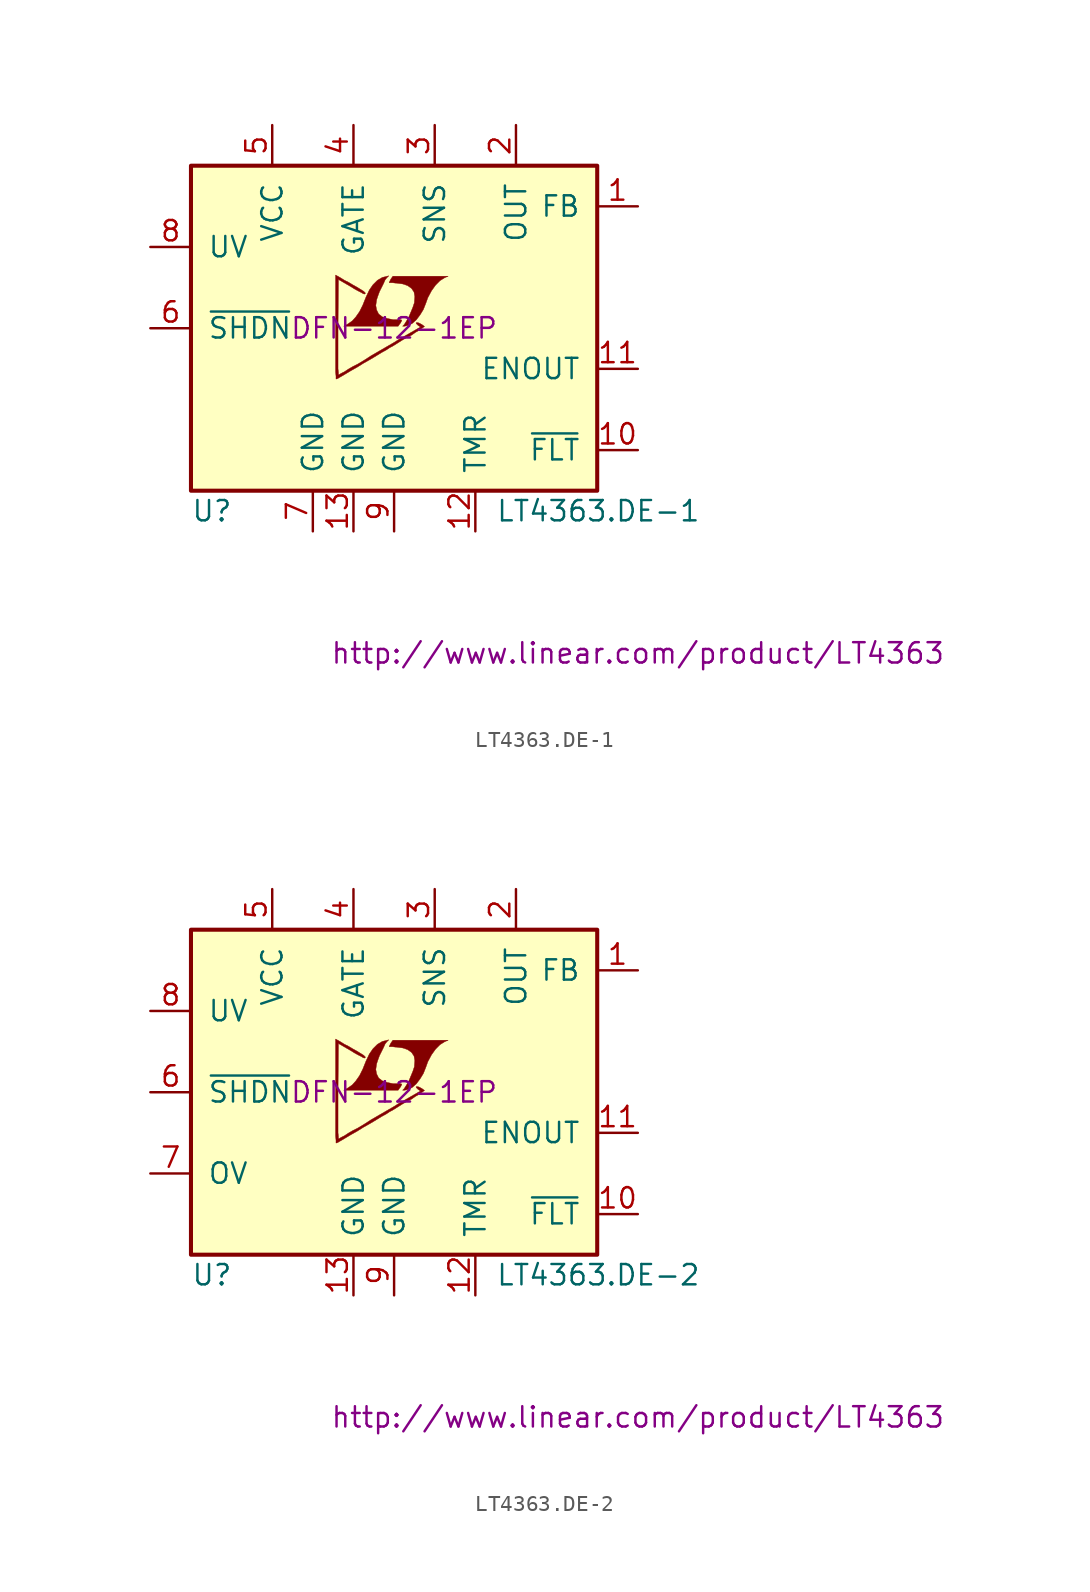
<source format=kicad_sym>
(kicad_symbol_lib
  (version 20201005)
  (generator kicad_symbol_editor)
  (symbol "LT4363.DE-1"
    (pin_names
      (offset 1.016))
    (property "Reference" "U"
      (at -12.7 -11.43 0)
      (effects (font (size 1.27 1.27)) (justify left)))
    (property "Value" "LT4363.DE-1"
      (at 6.35 -11.43 0)
      (effects (font (size 1.27 1.27)) (justify left)))
    (property "Footprint" "DFN-12-1EP"
      (at 0 0 0)
      (effects (font (size 1.27 1.27))))
    (property "Datasheet" "http://www.linear.com/product/LT4363"
      (at 15.24 -20.32 0)
      (effects (font (size 1.27 1.27))))
    (symbol "LT4363.DE-1_0_0"
      (polyline (pts (xy 0.381 0.305) (xy 0.406 0.33) (xy 0.457 0.432) (xy 0.483 0.508) (xy 0.406 0.533) (xy -0.051 0.533) (xy -0.432 0.61) (xy -0.737 0.711) (xy -0.965 0.889) (xy -1.092 1.143) (xy -1.143 1.422) (xy -1.092 1.778) (xy -1.016 2.007) (xy -0.914 2.286) (xy -0.66 2.794) (xy -0.559 3.023) (xy -0.457 3.15) (xy -0.33 3.277) (xy -0.737 3.175) (xy -1.041 2.997) (xy -1.321 2.718) (xy -1.549 2.388) (xy -1.727 2.007) (xy -1.753 1.956) (xy -1.956 1.448) (xy -2.159 1.041) (xy -2.388 0.711) (xy -2.616 0.457) (xy -2.87 0.279) (xy -3.15 0.127) (xy 0.254 0.127) (xy 0.381 0.305)) (stroke (width 0.025)) (fill (type outline)))
      (polyline (pts (xy 0.914 0.178) (xy 1.143 0.305) (xy 1.397 0.533) (xy 1.626 0.838) (xy 1.829 1.168) (xy 1.981 1.549) (xy 2.108 1.905) (xy 2.337 2.337) (xy 2.591 2.692) (xy 2.87 2.972) (xy 3.15 3.15) (xy 3.378 3.251) (xy -0.076 3.251) (xy -0.203 3.073) (xy -0.279 2.921) (xy -0.305 2.845) (xy -0.102 2.845) (xy 0.102 2.819) (xy 0.152 2.819) (xy 0.533 2.769) (xy 0.838 2.667) (xy 1.092 2.489) (xy 1.245 2.261) (xy 1.295 1.981) (xy 1.27 1.651) (xy 1.27 1.6) (xy 1.168 1.295) (xy 0.914 0.686) (xy 0.762 0.432) (xy 0.635 0.229) (xy 0.533 0.127) (xy 0.66 0.127) (xy 0.914 0.178)) (stroke (width 0.025)) (fill (type outline)))
      (polyline (pts (xy -3.531 -3.15) (xy -3.404 -3.073) (xy -3.226 -2.972) (xy -2.718 -2.667) (xy -2.311 -2.438) (xy -1.905 -2.184) (xy -1.499 -1.956) (xy -1.118 -1.727) (xy -0.787 -1.524) (xy -0.508 -1.372) (xy -0.279 -1.219) (xy -0.127 -1.143) (xy 0 -1.067) (xy 0.203 -0.94) (xy 0.483 -0.762) (xy 0.787 -0.584) (xy 1.092 -0.432) (xy 1.346 -0.254) (xy 1.575 -0.127) (xy 1.753 0) (xy 1.854 0.076) (xy 1.905 0.127) (xy 1.88 0.127) (xy 1.778 0.203) (xy 1.651 0.279) (xy 1.549 0.33) (xy 1.422 0.356) (xy 1.372 0.33) (xy 1.397 0.279) (xy 1.499 0.178) (xy 1.651 0.076) (xy 0.279 -0.711) (xy 0 -0.889) (xy -1.448 -1.727) (xy -1.88 -2.007) (xy -2.261 -2.235) (xy -2.565 -2.388) (xy -2.87 -2.565) (xy -3.099 -2.718) (xy -3.302 -2.819) (xy -3.429 -2.896) (xy -3.48 -2.896) (xy -3.48 -2.769) (xy -3.505 -2.54) (xy -3.505 0.076) (xy -3.48 3.048) (xy -2.692 2.591) (xy -2.489 2.464) (xy -2.261 2.337) (xy -2.057 2.235) (xy -1.93 2.159) (xy -1.854 2.134) (xy -1.803 2.159) (xy -1.803 2.21) (xy -1.905 2.311) (xy -2.108 2.438) (xy -2.362 2.591) (xy -2.591 2.718) (xy -2.845 2.87) (xy -3.099 2.997) (xy -3.302 3.124) (xy -3.658 3.327) (xy -3.658 -2.743) (xy -3.632 -2.997) (xy -3.632 -3.175) (xy -3.607 -3.175) (xy -3.531 -3.15)) (stroke (width 0.025)) (fill (type outline))))
    (symbol "LT4363.DE-1_0_1"
      (rectangle (start -12.7 10.16) (end 12.7 -10.16) (stroke (width 0.254)) (fill (type background))))
    (symbol "LT4363.DE-1_1_1"
      (pin passive line (at 15.24 7.62 180) (length 2.54) (name "FB" (effects (font (size 1.27 1.27)))) (number "1" (effects (font (size 1.27 1.27)))))
      (pin passive line (at 7.62 12.7 270) (length 2.54) (name "OUT" (effects (font (size 1.27 1.27)))) (number "2" (effects (font (size 1.27 1.27)))))
      (pin passive line (at 2.54 12.7 270) (length 2.54) (name "SNS" (effects (font (size 1.27 1.27)))) (number "3" (effects (font (size 1.27 1.27)))))
      (pin input line (at -2.54 12.7 270) (length 2.54) (name "GATE" (effects (font (size 1.27 1.27)))) (number "4" (effects (font (size 1.27 1.27)))))
      (pin power_in line (at -7.62 12.7 270) (length 2.54) (name "VCC" (effects (font (size 1.27 1.27)))) (number "5" (effects (font (size 1.27 1.27)))))
      (pin input line (at -15.24 0 0) (length 2.54) (name "~SHDN~" (effects (font (size 1.27 1.27)))) (number "6" (effects (font (size 1.27 1.27)))))
      (pin power_in line (at -5.08 -12.7 90) (length 2.54) (name "GND" (effects (font (size 1.27 1.27)))) (number "7" (effects (font (size 1.27 1.27)))))
      (pin input line (at -15.24 5.08 0) (length 2.54) (name "UV" (effects (font (size 1.27 1.27)))) (number "8" (effects (font (size 1.27 1.27)))))
      (pin power_in line (at 0 -12.7 90) (length 2.54) (name "GND" (effects (font (size 1.27 1.27)))) (number "9" (effects (font (size 1.27 1.27)))))
      (pin open_collector line (at 15.24 -7.62 180) (length 2.54) (name "~FLT~" (effects (font (size 1.27 1.27)))) (number "10" (effects (font (size 1.27 1.27)))))
      (pin output line (at 15.24 -2.54 180) (length 2.54) (name "ENOUT" (effects (font (size 1.27 1.27)))) (number "11" (effects (font (size 1.27 1.27)))))
      (pin passive line (at 5.08 -12.7 90) (length 2.54) (name "TMR" (effects (font (size 1.27 1.27)))) (number "12" (effects (font (size 1.27 1.27)))))
      (pin power_in line (at -2.54 -12.7 90) (length 2.54) (name "GND" (effects (font (size 1.27 1.27)))) (number "13" (effects (font (size 1.27 1.27)))))))
  (symbol "LT4363.DE-2"
    (pin_names
      (offset 1.016))
    (property "Reference" "U"
      (at -12.7 -11.43 0)
      (effects (font (size 1.27 1.27)) (justify left)))
    (property "Value" "LT4363.DE-2"
      (at 6.35 -11.43 0)
      (effects (font (size 1.27 1.27)) (justify left)))
    (property "Footprint" "DFN-12-1EP"
      (at 0 0 0)
      (effects (font (size 1.27 1.27))))
    (property "Datasheet" "http://www.linear.com/product/LT4363"
      (at 15.24 -20.32 0)
      (effects (font (size 1.27 1.27))))
    (symbol "LT4363.DE-2_0_0"
      (polyline (pts (xy 0.381 0.305) (xy 0.406 0.33) (xy 0.457 0.432) (xy 0.483 0.508) (xy 0.406 0.533) (xy -0.051 0.533) (xy -0.432 0.61) (xy -0.737 0.711) (xy -0.965 0.889) (xy -1.092 1.143) (xy -1.143 1.422) (xy -1.092 1.778) (xy -1.016 2.007) (xy -0.914 2.286) (xy -0.66 2.794) (xy -0.559 3.023) (xy -0.457 3.15) (xy -0.33 3.277) (xy -0.737 3.175) (xy -1.041 2.997) (xy -1.321 2.718) (xy -1.549 2.388) (xy -1.727 2.007) (xy -1.753 1.956) (xy -1.956 1.448) (xy -2.159 1.041) (xy -2.388 0.711) (xy -2.616 0.457) (xy -2.87 0.279) (xy -3.15 0.127) (xy 0.254 0.127) (xy 0.381 0.305)) (stroke (width 0.025)) (fill (type outline)))
      (polyline (pts (xy 0.914 0.178) (xy 1.143 0.305) (xy 1.397 0.533) (xy 1.626 0.838) (xy 1.829 1.168) (xy 1.981 1.549) (xy 2.108 1.905) (xy 2.337 2.337) (xy 2.591 2.692) (xy 2.87 2.972) (xy 3.15 3.15) (xy 3.378 3.251) (xy -0.076 3.251) (xy -0.203 3.073) (xy -0.279 2.921) (xy -0.305 2.845) (xy -0.102 2.845) (xy 0.102 2.819) (xy 0.152 2.819) (xy 0.533 2.769) (xy 0.838 2.667) (xy 1.092 2.489) (xy 1.245 2.261) (xy 1.295 1.981) (xy 1.27 1.651) (xy 1.27 1.6) (xy 1.168 1.295) (xy 0.914 0.686) (xy 0.762 0.432) (xy 0.635 0.229) (xy 0.533 0.127) (xy 0.66 0.127) (xy 0.914 0.178)) (stroke (width 0.025)) (fill (type outline)))
      (polyline (pts (xy -3.531 -3.15) (xy -3.404 -3.073) (xy -3.226 -2.972) (xy -2.718 -2.667) (xy -2.311 -2.438) (xy -1.905 -2.184) (xy -1.499 -1.956) (xy -1.118 -1.727) (xy -0.787 -1.524) (xy -0.508 -1.372) (xy -0.279 -1.219) (xy -0.127 -1.143) (xy 0 -1.067) (xy 0.203 -0.94) (xy 0.483 -0.762) (xy 0.787 -0.584) (xy 1.092 -0.432) (xy 1.346 -0.254) (xy 1.575 -0.127) (xy 1.753 0) (xy 1.854 0.076) (xy 1.905 0.127) (xy 1.88 0.127) (xy 1.778 0.203) (xy 1.651 0.279) (xy 1.549 0.33) (xy 1.422 0.356) (xy 1.372 0.33) (xy 1.397 0.279) (xy 1.499 0.178) (xy 1.651 0.076) (xy 0.279 -0.711) (xy 0 -0.889) (xy -1.448 -1.727) (xy -1.88 -2.007) (xy -2.261 -2.235) (xy -2.565 -2.388) (xy -2.87 -2.565) (xy -3.099 -2.718) (xy -3.302 -2.819) (xy -3.429 -2.896) (xy -3.48 -2.896) (xy -3.48 -2.769) (xy -3.505 -2.54) (xy -3.505 0.076) (xy -3.48 3.048) (xy -2.692 2.591) (xy -2.489 2.464) (xy -2.261 2.337) (xy -2.057 2.235) (xy -1.93 2.159) (xy -1.854 2.134) (xy -1.803 2.159) (xy -1.803 2.21) (xy -1.905 2.311) (xy -2.108 2.438) (xy -2.362 2.591) (xy -2.591 2.718) (xy -2.845 2.87) (xy -3.099 2.997) (xy -3.302 3.124) (xy -3.658 3.327) (xy -3.658 -2.743) (xy -3.632 -2.997) (xy -3.632 -3.175) (xy -3.607 -3.175) (xy -3.531 -3.15)) (stroke (width 0.025)) (fill (type outline))))
    (symbol "LT4363.DE-2_0_1"
      (rectangle (start -12.7 10.16) (end 12.7 -10.16) (stroke (width 0.254)) (fill (type background))))
    (symbol "LT4363.DE-2_1_1"
      (pin passive line (at 15.24 7.62 180) (length 2.54) (name "FB" (effects (font (size 1.27 1.27)))) (number "1" (effects (font (size 1.27 1.27)))))
      (pin passive line (at 7.62 12.7 270) (length 2.54) (name "OUT" (effects (font (size 1.27 1.27)))) (number "2" (effects (font (size 1.27 1.27)))))
      (pin passive line (at 2.54 12.7 270) (length 2.54) (name "SNS" (effects (font (size 1.27 1.27)))) (number "3" (effects (font (size 1.27 1.27)))))
      (pin input line (at -2.54 12.7 270) (length 2.54) (name "GATE" (effects (font (size 1.27 1.27)))) (number "4" (effects (font (size 1.27 1.27)))))
      (pin power_in line (at -7.62 12.7 270) (length 2.54) (name "VCC" (effects (font (size 1.27 1.27)))) (number "5" (effects (font (size 1.27 1.27)))))
      (pin input line (at -15.24 0 0) (length 2.54) (name "~SHDN~" (effects (font (size 1.27 1.27)))) (number "6" (effects (font (size 1.27 1.27)))))
      (pin passive line (at -15.24 -5.08 0) (length 2.54) (name "OV" (effects (font (size 1.27 1.27)))) (number "7" (effects (font (size 1.27 1.27)))))
      (pin input line (at -15.24 5.08 0) (length 2.54) (name "UV" (effects (font (size 1.27 1.27)))) (number "8" (effects (font (size 1.27 1.27)))))
      (pin power_in line (at 0 -12.7 90) (length 2.54) (name "GND" (effects (font (size 1.27 1.27)))) (number "9" (effects (font (size 1.27 1.27)))))
      (pin open_collector line (at 15.24 -7.62 180) (length 2.54) (name "~FLT~" (effects (font (size 1.27 1.27)))) (number "10" (effects (font (size 1.27 1.27)))))
      (pin output line (at 15.24 -2.54 180) (length 2.54) (name "ENOUT" (effects (font (size 1.27 1.27)))) (number "11" (effects (font (size 1.27 1.27)))))
      (pin passive line (at 5.08 -12.7 90) (length 2.54) (name "TMR" (effects (font (size 1.27 1.27)))) (number "12" (effects (font (size 1.27 1.27)))))
      (pin power_in line (at -2.54 -12.7 90) (length 2.54) (name "GND" (effects (font (size 1.27 1.27)))) (number "13" (effects (font (size 1.27 1.27))))))))
</source>
